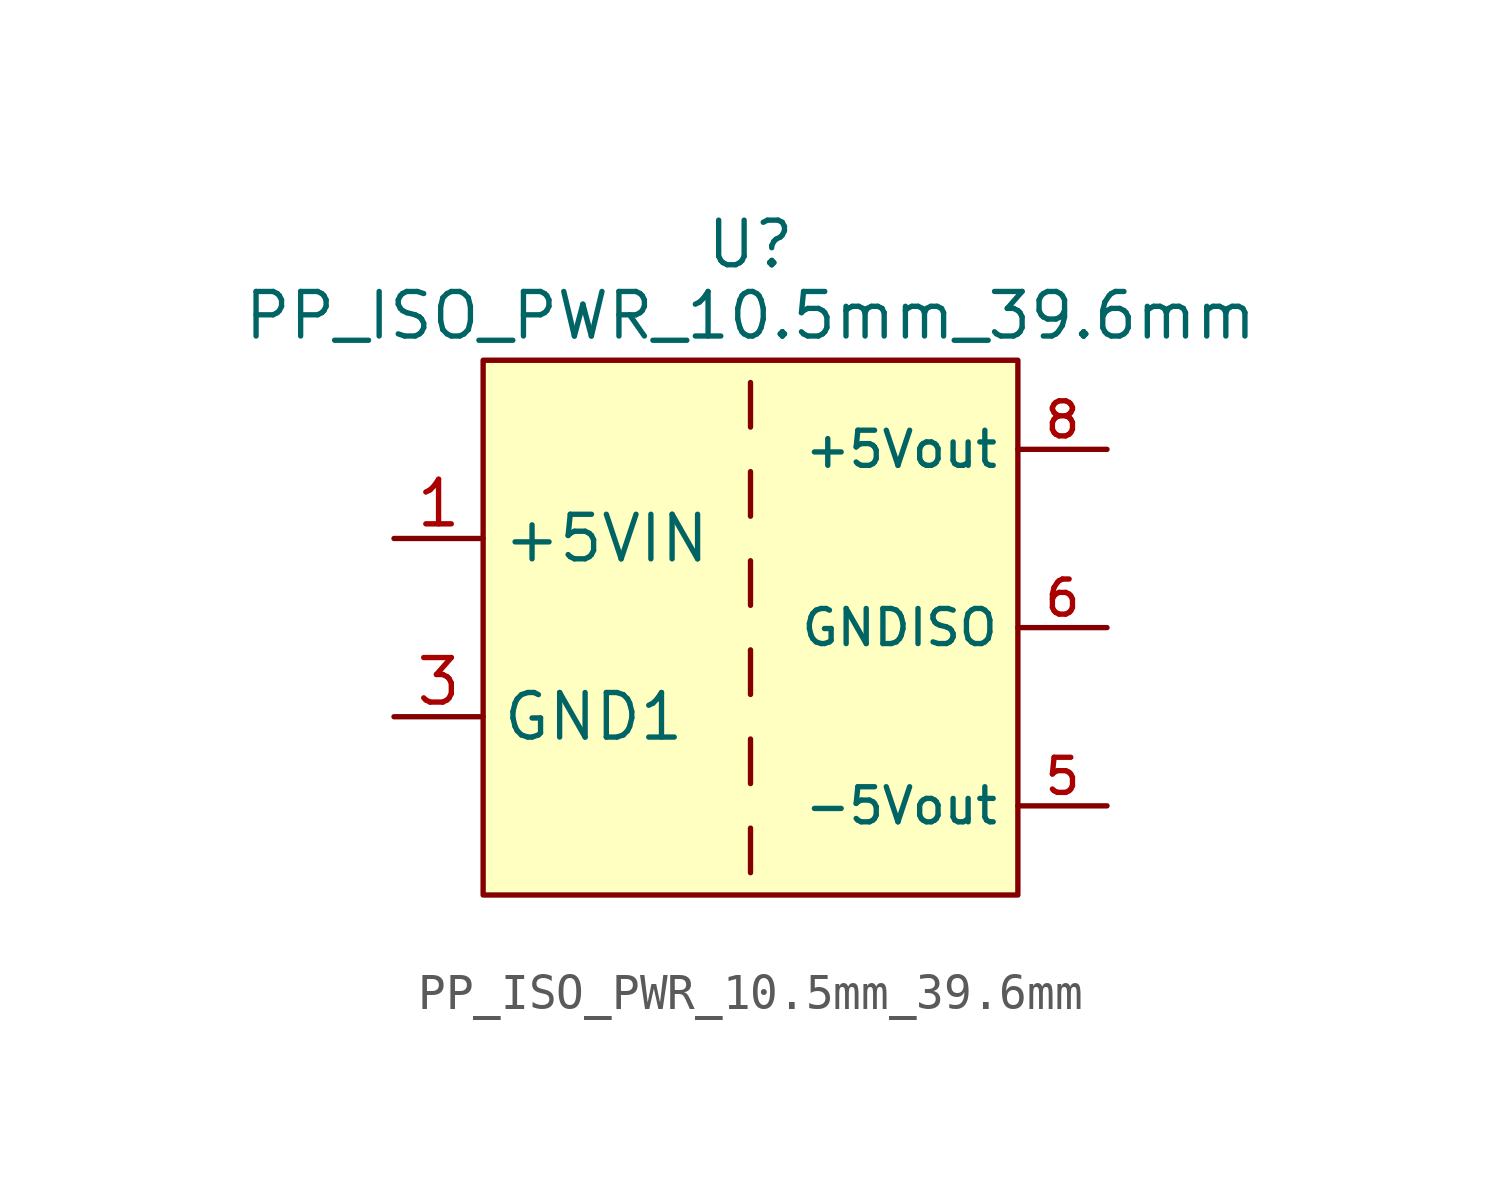
<source format=kicad_sym>
(kicad_symbol_lib
  (version 20241209)
  (generator "kicad_symbol_editor")
  (generator_version "9.0")
  (symbol "PP_ISO_PWR_10.5mm_39.6mm"
    (property "Reference" "U"
      (at 0 10.922 0)
      (effects (font (size 1.27 1.27))))
    (property "Value" "PP_ISO_PWR_10.5mm_39.6mm"
      (at 0 8.89 0)
      (effects (font (size 1.27 1.27))))
    (symbol "PP_ISO_PWR_10.5mm_39.6mm_1_1"
      (rectangle (start -7.62 7.62) (end 7.62 -7.62) (stroke (width 0) (type solid)) (fill (type background)))
      (polyline (pts (xy 0 6.985) (xy 0 5.715)) (stroke (width 0) (type default)) (fill (type none)))
      (polyline (pts (xy 0 4.445) (xy 0 3.175)) (stroke (width 0) (type default)) (fill (type none)))
      (polyline (pts (xy 0 1.905) (xy 0 0.635)) (stroke (width 0) (type default)) (fill (type none)))
      (polyline (pts (xy 0 -0.635) (xy 0 -1.905)) (stroke (width 0) (type default)) (fill (type none)))
      (polyline (pts (xy 0 -3.175) (xy 0 -4.445)) (stroke (width 0) (type default)) (fill (type none)))
      (polyline (pts (xy 0 -5.715) (xy 0 -6.985)) (stroke (width 0) (type default)) (fill (type none)))
      (pin bidirectional line (at -10.16 2.54 0) (length 2.54) (name "+5VIN" (effects (font (size 1.27 1.27)))) (number "1" (effects (font (size 1.27 1.27)))))
      (pin bidirectional line (at -10.16 2.54 0) (length 2.54) (hide yes) (name "+5VIN" (effects (font (size 1.27 1.27)))) (number "2" (effects (font (size 1.27 1.27)))))
      (pin bidirectional line (at -10.16 -2.54 0) (length 2.54) (name "GND1" (effects (font (size 1.27 1.27)))) (number "3" (effects (font (size 1.27 1.27)))))
      (pin bidirectional line (at -10.16 -2.54 0) (length 2.54) (hide yes) (name "GND1" (effects (font (size 1.27 1.27)))) (number "4" (effects (font (size 1.27 1.27)))))
      (pin bidirectional line (at 10.16 5.08 180) (length 2.54) (name "+5Vout" (effects (font (size 1 1)))) (number "8" (effects (font (size 1 1)))))
      (pin bidirectional line (at 10.16 0 180) (length 2.54) (name "GNDISO" (effects (font (size 1 1)))) (number "6" (effects (font (size 1 1)))))
      (pin bidirectional line (at 10.16 0 180) (length 2.54) (hide yes) (name "GNDISO" (effects (font (size 1.27 1.27)))) (number "7" (effects (font (size 1.27 1.27)))))
      (pin bidirectional line (at 10.16 -5.08 180) (length 2.54) (name "-5Vout" (effects (font (size 1 1)))) (number "5" (effects (font (size 1 1))))))))
</source>
